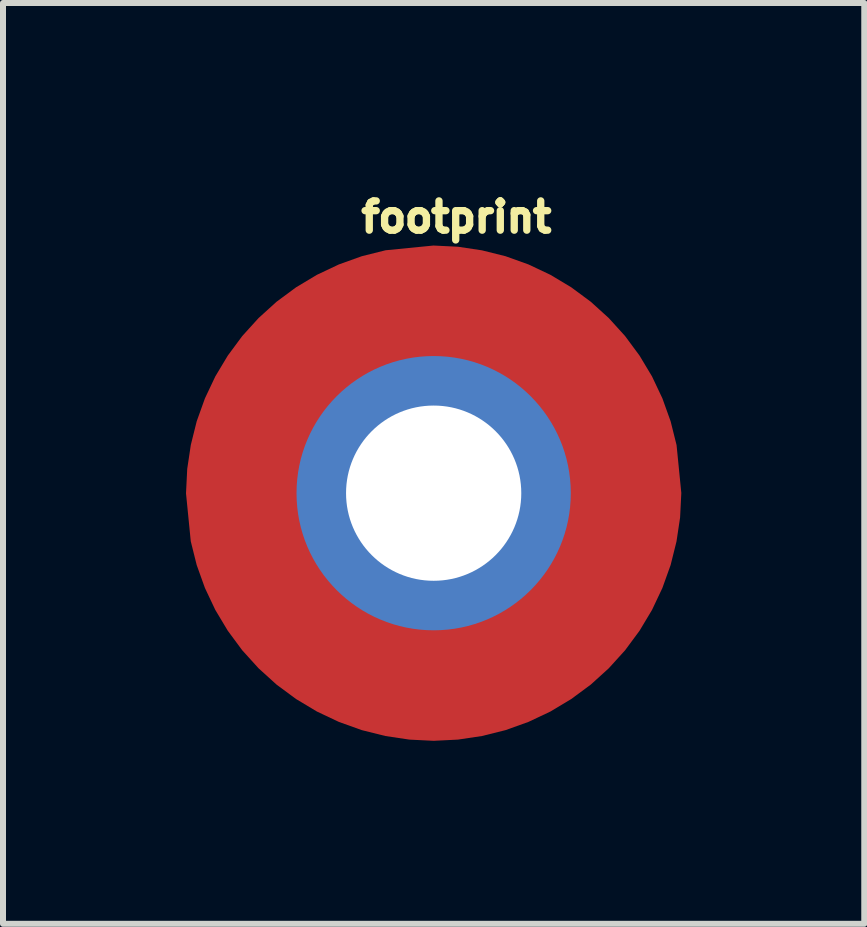
<source format=kicad_pcb>
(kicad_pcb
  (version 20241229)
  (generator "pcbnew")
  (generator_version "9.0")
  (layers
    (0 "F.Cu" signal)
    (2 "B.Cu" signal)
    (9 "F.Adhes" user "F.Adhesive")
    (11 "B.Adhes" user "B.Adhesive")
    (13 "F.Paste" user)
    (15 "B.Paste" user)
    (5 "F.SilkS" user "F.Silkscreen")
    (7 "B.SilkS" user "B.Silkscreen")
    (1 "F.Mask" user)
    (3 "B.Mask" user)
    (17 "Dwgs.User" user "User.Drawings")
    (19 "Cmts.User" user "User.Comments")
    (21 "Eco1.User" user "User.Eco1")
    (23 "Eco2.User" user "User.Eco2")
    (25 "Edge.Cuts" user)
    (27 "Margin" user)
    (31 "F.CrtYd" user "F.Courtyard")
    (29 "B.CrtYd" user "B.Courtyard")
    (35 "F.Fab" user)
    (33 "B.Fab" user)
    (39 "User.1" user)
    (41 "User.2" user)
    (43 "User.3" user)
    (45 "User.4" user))
  (footprint "footprint"
    (layer "F.Cu")
    (at 4.179 5.171)
    (property "Reference" "footprint" (at -1.27 -4.318 0) (layer "F.SilkS") (effects (font (size 0.488 0.488) (thickness 0.122)) (justify left bottom)))
    (fp_poly (pts (xy 0.405 -4.108) (xy 0.805 -4.048) (xy 1.198 -3.95) (xy 1.58 -3.813) (xy 1.946 -3.64) (xy 2.293 -3.432) (xy 2.619 -3.191) (xy 2.919 -2.919) (xy 3.191 -2.619) (xy 3.432 -2.293) (xy 3.64 -1.946) (xy 3.813 -1.58) (xy 3.95 -1.198) (xy 4.049 -0.802) (xy 4.128 -0.006) (xy 4.128 0.003) (xy 4.108 0.405) (xy 4.048 0.805) (xy 3.95 1.198) (xy 3.813 1.58) (xy 3.64 1.946) (xy 3.432 2.293) (xy 3.191 2.619) (xy 2.919 2.919) (xy 2.619 3.191) (xy 2.293 3.432) (xy 1.946 3.64) (xy 1.58 3.813) (xy 1.198 3.95) (xy 0.805 4.048) (xy 0.405 4.108) (xy 0.003 4.128) (xy -0.003 4.128) (xy -0.405 4.108) (xy -0.805 4.048) (xy -1.198 3.95) (xy -1.58 3.813) (xy -1.946 3.64) (xy -2.293 3.432) (xy -2.619 3.191) (xy -2.919 2.919) (xy -3.191 2.619) (xy -3.432 2.293) (xy -3.64 1.946) (xy -3.813 1.58) (xy -3.95 1.198) (xy -4.049 0.802) (xy -4.128 0.006) (xy -4.128 -0.003) (xy -4.108 -0.405) (xy -4.048 -0.805) (xy -3.95 -1.198) (xy -3.813 -1.58) (xy -3.64 -1.946) (xy -3.432 -2.293) (xy -3.191 -2.619) (xy -2.919 -2.919) (xy -2.619 -3.191) (xy -2.293 -3.432) (xy -1.946 -3.64) (xy -1.58 -3.813) (xy -1.198 -3.95) (xy -0.802 -4.049) (xy -0.003 -4.128)) (stroke (width 0) (type solid)) (fill yes) (layer "F.Cu"))
    (fp_poly (pts (xy 0.41 -4.158) (xy 0.815 -4.098) (xy 1.213 -3.999) (xy 1.599 -3.86) (xy 1.97 -3.685) (xy 2.321 -3.474) (xy 2.651 -3.23) (xy 2.955 -2.955) (xy 3.23 -2.651) (xy 3.474 -2.321) (xy 3.685 -1.97) (xy 3.86 -1.599) (xy 3.999 -1.213) (xy 4.099 -0.811) (xy 4.178 -0.009) (xy 4.178 0.004) (xy 4.158 0.41) (xy 4.098 0.815) (xy 3.999 1.213) (xy 3.86 1.599) (xy 3.685 1.97) (xy 3.474 2.321) (xy 3.23 2.651) (xy 2.955 2.955) (xy 2.651 3.23) (xy 2.321 3.474) (xy 1.97 3.685) (xy 1.599 3.86) (xy 1.213 3.999) (xy 0.815 4.098) (xy 0.41 4.158) (xy 0.004 4.178) (xy -0.004 4.178) (xy -0.41 4.158) (xy -0.815 4.098) (xy -1.213 3.999) (xy -1.599 3.86) (xy -1.97 3.685) (xy -2.321 3.474) (xy -2.651 3.23) (xy -2.955 2.955) (xy -3.23 2.651) (xy -3.474 2.321) (xy -3.685 1.97) (xy -3.86 1.599) (xy -3.999 1.213) (xy -4.099 0.811) (xy -4.179 0.004) (xy -4.158 -0.41) (xy -4.098 -0.815) (xy -3.999 -1.213) (xy -3.86 -1.599) (xy -3.685 -1.97) (xy -3.474 -2.321) (xy -3.23 -2.651) (xy -2.955 -2.955) (xy -2.651 -3.23) (xy -2.321 -3.474) (xy -1.97 -3.685) (xy -1.599 -3.86) (xy -1.213 -3.999) (xy -0.815 -4.098) (xy -0.41 -4.158) (xy 0 -4.179)) (stroke (width 0) (type solid)) (fill yes) (layer "F.Mask"))
    (fp_poly (pts (xy 0.41 -4.158) (xy 0.815 -4.098) (xy 1.213 -3.999) (xy 1.599 -3.86) (xy 1.97 -3.685) (xy 2.321 -3.474) (xy 2.651 -3.23) (xy 2.955 -2.955) (xy 3.23 -2.651) (xy 3.474 -2.321) (xy 3.685 -1.97) (xy 3.86 -1.599) (xy 3.999 -1.213) (xy 4.099 -0.811) (xy 4.178 -0.009) (xy 4.178 0.004) (xy 4.158 0.41) (xy 4.098 0.815) (xy 3.999 1.213) (xy 3.86 1.599) (xy 3.685 1.97) (xy 3.474 2.321) (xy 3.23 2.651) (xy 2.955 2.955) (xy 2.651 3.23) (xy 2.321 3.474) (xy 1.97 3.685) (xy 1.599 3.86) (xy 1.213 3.999) (xy 0.815 4.098) (xy 0.41 4.158) (xy 0.004 4.178) (xy -0.004 4.178) (xy -0.41 4.158) (xy -0.815 4.098) (xy -1.213 3.999) (xy -1.599 3.86) (xy -1.97 3.685) (xy -2.321 3.474) (xy -2.651 3.23) (xy -2.955 2.955) (xy -3.23 2.651) (xy -3.474 2.321) (xy -3.685 1.97) (xy -3.86 1.599) (xy -3.999 1.213) (xy -4.099 0.811) (xy -4.178 0.009) (xy -4.178 -0.004) (xy -4.158 -0.41) (xy -4.098 -0.815) (xy -3.999 -1.213) (xy -3.86 -1.599) (xy -3.685 -1.97) (xy -3.474 -2.321) (xy -3.23 -2.651) (xy -2.955 -2.955) (xy -2.651 -3.23) (xy -2.321 -3.474) (xy -1.97 -3.685) (xy -1.599 -3.86) (xy -1.213 -3.999) (xy -0.811 -4.099) (xy -0.004 -4.179)) (stroke (width 0) (type solid)) (fill yes) (layer "F.Paste"))
    (pad "1" thru_hole circle (at 0 0) (size 4.572 4.572) (drill 2.921) (layers "*.Cu" "*.Mask"))
    (zone (net_name "") (layer "F.Cu") (hatch edge 0.508) (connect_pads) (min_thickness 0.254) (filled_areas_thickness no) (keepout (tracks not_allowed) (vias not_allowed) (pads not_allowed) (copperpour not_allowed) (footprints allowed)) (placement (enabled no)) (fill) (polygon (pts (xy 0.178 5.171) (xy 0.178 5.171) (xy 0.198 4.779) (xy 0.255 4.391) (xy 0.351 4.01) (xy 0.483 3.641) (xy 0.651 3.286) (xy 0.852 2.949) (xy 1.086 2.634) (xy 1.35 2.343) (xy 1.641 2.079) (xy 1.956 1.845) (xy 2.293 1.643) (xy 2.648 1.475) (xy 3.017 1.343) (xy 3.398 1.248) (xy 4.179 1.171) (xy 4.571 1.19) (xy 4.959 1.248) (xy 5.34 1.343) (xy 5.71 1.475) (xy 6.065 1.643) (xy 6.401 1.845) (xy 6.717 2.079) (xy 7.008 2.343) (xy 7.271 2.634) (xy 7.505 2.949) (xy 7.707 3.286) (xy 7.875 3.64) (xy 8.007 4.01) (xy 8.102 4.391) (xy 8.179 5.171) (xy 8.179 5.171) (xy 8.16 5.564) (xy 8.102 5.952) (xy 8.007 6.333) (xy 7.875 6.702) (xy 7.707 7.057) (xy 7.505 7.394) (xy 7.271 7.709) (xy 7.007 8) (xy 6.717 8.264) (xy 6.401 8.498) (xy 6.065 8.7) (xy 5.71 8.867) (xy 5.34 9) (xy 4.959 9.095) (xy 4.571 9.153) (xy 4.179 9.172) (xy 4.179 9.172) (xy 3.787 9.153) (xy 3.398 9.095) (xy 3.017 9) (xy 2.648 8.867) (xy 2.293 8.7) (xy 1.956 8.498) (xy 1.641 8.264) (xy 1.35 8) (xy 1.086 7.709) (xy 0.852 7.394) (xy 0.651 7.057) (xy 0.483 6.702) (xy 0.351 6.333) (xy 0.255 5.952)))))
  (gr_rect
    (start -3 -3)
    (end 11.357 12.35)
    (stroke (width 0.1) (type default))
    (fill no)
    (layer "Edge.Cuts")))
</source>
